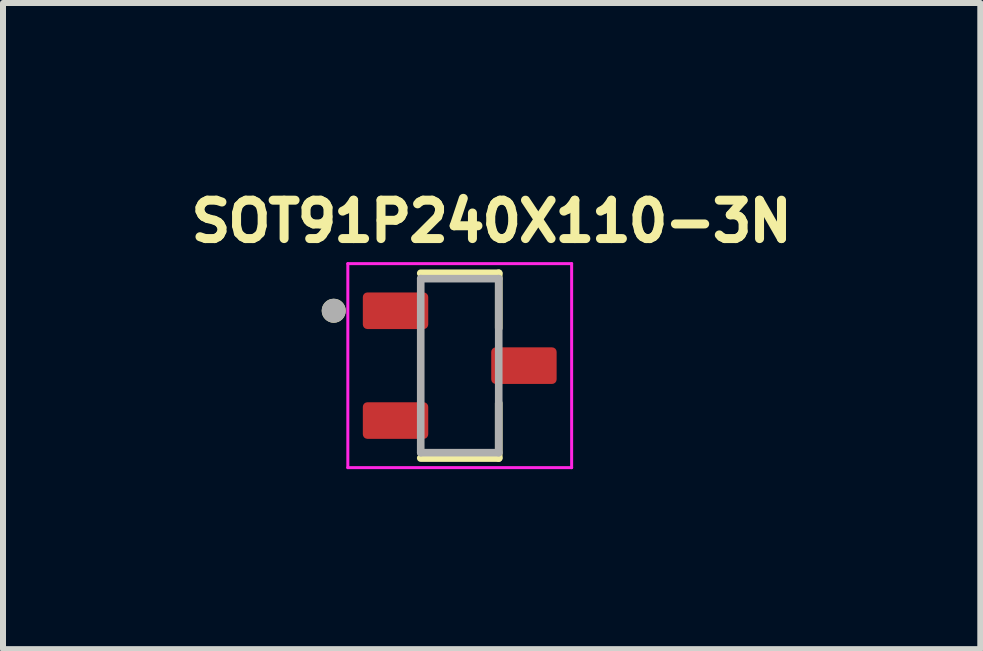
<source format=kicad_pcb>
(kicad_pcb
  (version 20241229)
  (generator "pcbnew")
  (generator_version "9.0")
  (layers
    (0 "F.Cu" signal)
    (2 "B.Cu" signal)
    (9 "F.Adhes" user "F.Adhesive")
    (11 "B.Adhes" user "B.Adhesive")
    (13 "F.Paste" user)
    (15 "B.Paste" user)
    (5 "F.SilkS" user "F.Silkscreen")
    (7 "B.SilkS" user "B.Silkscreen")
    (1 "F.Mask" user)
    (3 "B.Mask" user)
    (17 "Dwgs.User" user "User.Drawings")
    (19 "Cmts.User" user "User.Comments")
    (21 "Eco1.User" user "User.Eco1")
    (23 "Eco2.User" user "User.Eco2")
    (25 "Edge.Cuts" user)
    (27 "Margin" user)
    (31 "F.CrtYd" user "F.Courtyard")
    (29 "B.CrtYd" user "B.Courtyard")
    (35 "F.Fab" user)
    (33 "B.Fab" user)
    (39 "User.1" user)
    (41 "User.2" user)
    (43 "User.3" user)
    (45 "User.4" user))
  (footprint "SOT91P240X110-3N"
    (layer "F.Cu")
    (at 4.612 3.044)
    (property "Reference" "SOT91P240X110-3N" (at 0.532 -2.406 0) (layer "F.SilkS") (effects (font (size 0.64 0.64) (thickness 0.15))))
    (attr smd)
    (fp_line (start -0.65 -1.54) (end 0.65 -1.54) (stroke (width 0.127) (type solid)) (layer "F.SilkS"))
    (fp_line (start -0.65 1.54) (end 0.65 1.54) (stroke (width 0.127) (type solid)) (layer "F.SilkS"))
    (fp_line (start 0.65 -1.54) (end 0.65 -0.625) (stroke (width 0.127) (type solid)) (layer "F.SilkS"))
    (fp_line (start 0.65 1.54) (end 0.65 0.625) (stroke (width 0.127) (type solid)) (layer "F.SilkS"))
    (fp_circle (center -2.1 -0.915) (end -2 -0.915) (stroke (width 0.2) (type solid)) (fill no) (layer "F.SilkS"))
    (fp_line (start -1.865 -1.7) (end 1.865 -1.7) (stroke (width 0.05) (type solid)) (layer "F.CrtYd"))
    (fp_line (start -1.865 1.7) (end -1.865 -1.7) (stroke (width 0.05) (type solid)) (layer "F.CrtYd"))
    (fp_line (start 1.865 1.7) (end -1.865 1.7) (stroke (width 0.05) (type solid)) (layer "F.CrtYd"))
    (fp_line (start 1.865 1.7) (end 1.865 -1.7) (stroke (width 0.05) (type solid)) (layer "F.CrtYd"))
    (fp_line (start -0.65 -1.45) (end 0.65 -1.45) (stroke (width 0.127) (type solid)) (layer "F.Fab"))
    (fp_line (start -0.65 1.45) (end -0.65 -1.45) (stroke (width 0.127) (type solid)) (layer "F.Fab"))
    (fp_line (start 0.65 -1.45) (end 0.65 1.45) (stroke (width 0.127) (type solid)) (layer "F.Fab"))
    (fp_line (start 0.65 1.45) (end -0.65 1.45) (stroke (width 0.127) (type solid)) (layer "F.Fab"))
    (fp_circle (center -2.1 -0.915) (end -2 -0.915) (stroke (width 0.2) (type solid)) (fill no) (layer "F.Fab"))
    (pad "1" smd roundrect (at -1.07 -0.915) (size 1.09 0.61) (layers "F.Cu" "F.Mask" "F.Paste") (roundrect_rratio 0.125))
    (pad "2" smd roundrect (at -1.07 0.915) (size 1.09 0.61) (layers "F.Cu" "F.Mask" "F.Paste") (roundrect_rratio 0.125))
    (pad "3" smd roundrect (at 1.07 0) (size 1.09 0.61) (layers "F.Cu" "F.Mask" "F.Paste") (roundrect_rratio 0.125)))
  (gr_rect
    (start -3 -3)
    (end 13.288 7.769)
    (stroke (width 0.1) (type default))
    (fill no)
    (layer "Edge.Cuts")))
</source>
